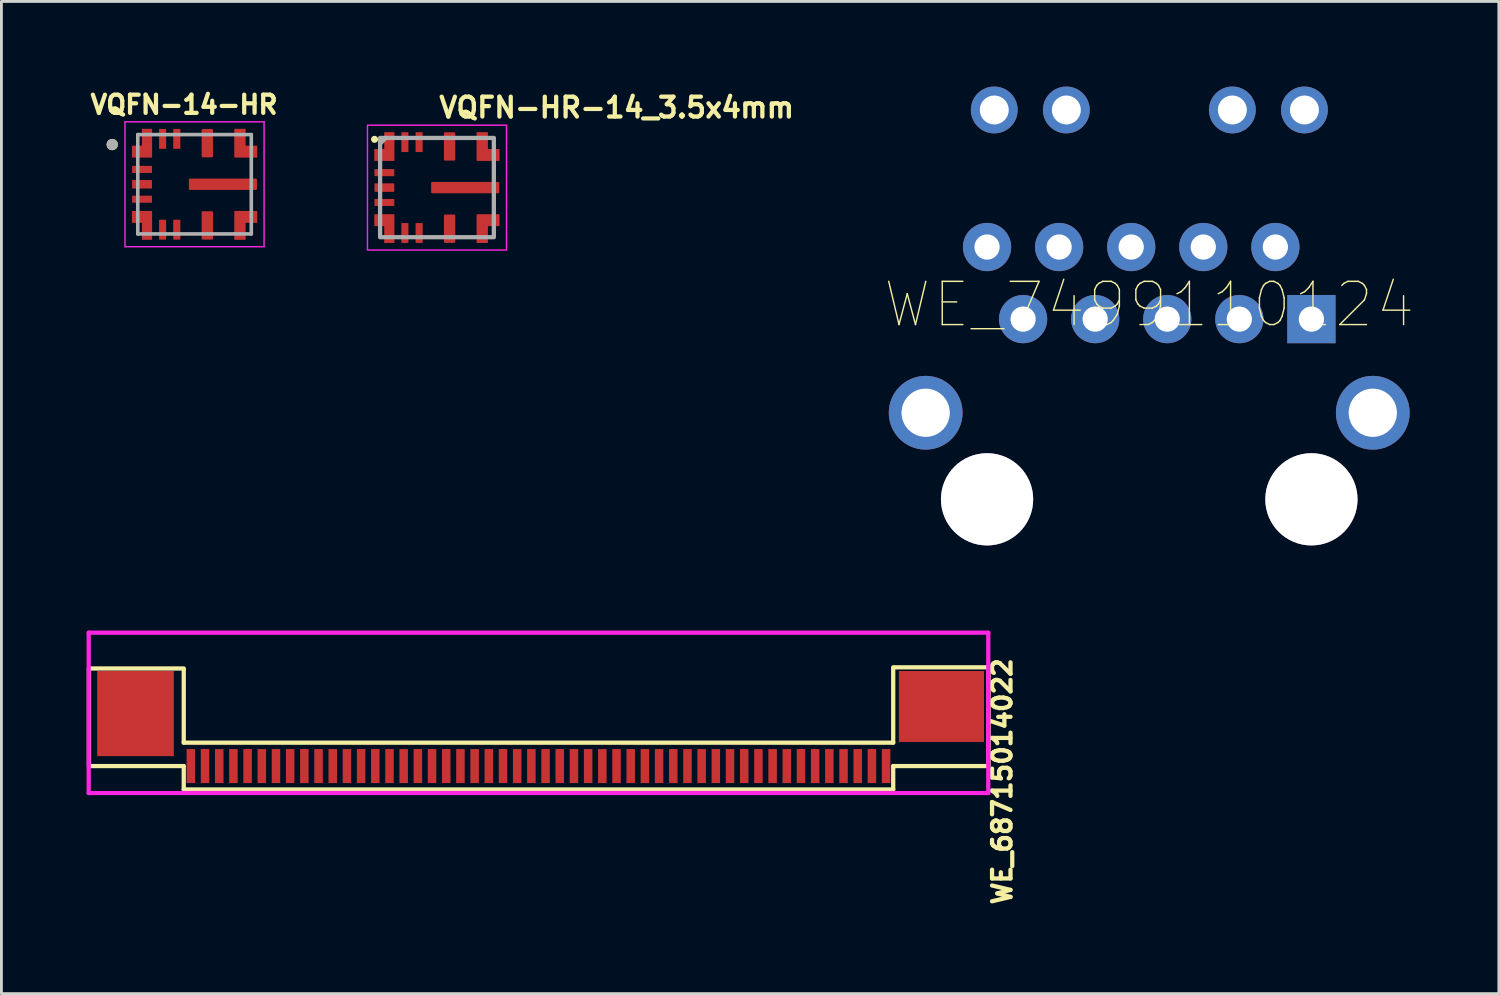
<source format=kicad_pcb>
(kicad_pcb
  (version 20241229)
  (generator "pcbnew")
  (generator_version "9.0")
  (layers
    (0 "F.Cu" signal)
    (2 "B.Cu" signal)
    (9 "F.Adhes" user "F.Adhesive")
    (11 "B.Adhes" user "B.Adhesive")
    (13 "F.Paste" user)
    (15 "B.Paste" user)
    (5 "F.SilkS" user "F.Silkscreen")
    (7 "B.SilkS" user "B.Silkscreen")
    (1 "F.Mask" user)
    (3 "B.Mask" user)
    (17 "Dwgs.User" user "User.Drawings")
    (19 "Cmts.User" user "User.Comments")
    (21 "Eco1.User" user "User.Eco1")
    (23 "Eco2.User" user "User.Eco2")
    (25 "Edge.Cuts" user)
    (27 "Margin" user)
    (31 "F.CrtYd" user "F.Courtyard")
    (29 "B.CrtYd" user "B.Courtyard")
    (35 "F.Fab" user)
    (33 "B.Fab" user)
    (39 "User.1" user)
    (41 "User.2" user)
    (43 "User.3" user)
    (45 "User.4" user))
  (footprint "VQFN-14-HR"
    (layer "F.Cu")
    (at 3.805 3.444)
    (property "Reference" "VQFN-14-HR" (at -0.368 -2.806 0) (layer "F.SilkS") (effects (font (size 0.64 0.64) (thickness 0.15))))
    (attr smd)
    (fp_circle (center -2.9 -1.4) (end -2.8 -1.4) (stroke (width 0.2) (type solid)) (fill no) (layer "F.SilkS"))
    (fp_rect (start -0.129 -0.124) (end 0.809 0.13) (stroke (width 0.12) (type solid)) (fill yes) (layer "F.Paste"))
    (fp_rect (start 1.181 -0.127) (end 2.119 0.127) (stroke (width 0.12) (type solid)) (fill yes) (layer "F.Paste"))
    (fp_line (start -2.45 -2.2) (end -2.45 2.2) (stroke (width 0.05) (type solid)) (layer "F.CrtYd"))
    (fp_line (start -2.45 2.2) (end 2.45 2.2) (stroke (width 0.05) (type solid)) (layer "F.CrtYd"))
    (fp_line (start 2.45 -2.2) (end -2.45 -2.2) (stroke (width 0.05) (type solid)) (layer "F.CrtYd"))
    (fp_line (start 2.45 2.2) (end 2.45 -2.2) (stroke (width 0.05) (type solid)) (layer "F.CrtYd"))
    (fp_line (start -2 -1.75) (end -2 1.75) (stroke (width 0.127) (type solid)) (layer "F.Fab"))
    (fp_line (start -2 1.75) (end 2 1.75) (stroke (width 0.127) (type solid)) (layer "F.Fab"))
    (fp_line (start 2 -1.75) (end -2 -1.75) (stroke (width 0.127) (type solid)) (layer "F.Fab"))
    (fp_line (start 2 1.75) (end 2 -1.75) (stroke (width 0.127) (type solid)) (layer "F.Fab"))
    (fp_circle (center -2.9 -1.4) (end -2.8 -1.4) (stroke (width 0.2) (type solid)) (fill no) (layer "F.Fab"))
    (pad "1" smd custom (at -1.675 -1.45) (size 0.36 1.01) (layers "F.Cu" "F.Mask" "F.Paste") (options (anchor rect)) (primitives (gr_poly (pts (xy 0.17 0.5) (xy -0.52 0.5) (xy -0.52 0.1) (xy 0.17 0.1)) (width 0.02) (fill yes))))
    (pad "2" smd roundrect (at -1.85 -0.525) (size 0.7 0.25) (layers "F.Cu" "F.Mask" "F.Paste") (roundrect_rratio 0.06))
    (pad "3" smd roundrect (at -1.85 0) (size 0.7 0.3) (layers "F.Cu" "F.Mask" "F.Paste") (roundrect_rratio 0.07))
    (pad "4" smd roundrect (at -1.85 0.525) (size 0.7 0.25) (layers "F.Cu" "F.Mask" "F.Paste") (roundrect_rratio 0.06))
    (pad "5" smd custom (at -1.675 1.45 180) (size 0.36 1.01) (layers "F.Cu" "F.Mask" "F.Paste") (options (anchor rect)) (primitives (gr_poly (pts (xy -0.17 0.5) (xy 0.52 0.5) (xy 0.52 0.1) (xy -0.17 0.1)) (width 0.02) (fill yes))))
    (pad "6" smd roundrect (at -1.125 1.6 90) (size 0.7 0.25) (layers "F.Cu" "F.Mask" "F.Paste") (roundrect_rratio 0.06))
    (pad "7" smd roundrect (at -0.625 1.6 90) (size 0.7 0.25) (layers "F.Cu" "F.Mask" "F.Paste") (roundrect_rratio 0.06))
    (pad "8" smd roundrect (at 0.45 1.45 90) (size 1 0.4) (layers "F.Cu" "F.Mask" "F.Paste") (roundrect_rratio 0.1))
    (pad "9" smd custom (at 1.6 1.45 180) (size 0.4 1.01) (layers "F.Cu" "F.Mask" "F.Paste") (options (anchor rect)) (primitives (gr_poly (pts (xy 0.17 0.5) (xy -0.6 0.5) (xy -0.6 0.1) (xy 0.17 0.1)) (width 0.02) (fill yes))))
    (pad "10" smd roundrect (at 1 0) (size 2.4 0.4) (layers "F.Cu" "F.Mask") (roundrect_rratio 0.1))
    (pad "11" smd custom (at 1.6 -1.45) (size 0.4 1.01) (layers "F.Cu" "F.Mask" "F.Paste") (options (anchor rect)) (primitives (gr_poly (pts (xy -0.17 0.5) (xy 0.6 0.5) (xy 0.6 0.1) (xy -0.17 0.1)) (width 0.02) (fill yes))))
    (pad "12" smd roundrect (at 0.45 -1.45 90) (size 1 0.4) (layers "F.Cu" "F.Mask" "F.Paste") (roundrect_rratio 0.1))
    (pad "13" smd roundrect (at -0.625 -1.6 90) (size 0.7 0.25) (layers "F.Cu" "F.Mask" "F.Paste") (roundrect_rratio 0.06))
    (pad "14" smd roundrect (at -1.125 -1.6 90) (size 0.7 0.25) (layers "F.Cu" "F.Mask" "F.Paste") (roundrect_rratio 0.06)))
  (footprint "VQFN-HR-14_3.5x4mm"
    (layer "F.Cu")
    (at 12.349 3.56)
    (property "Reference" "VQFN-HR-14_3.5x4mm" (at 0 -2.41 0) (layer "F.SilkS") (effects (font (size 0.7 0.7) (thickness 0.15)) (justify left bottom)))
    (attr smd)
    (fp_circle (center -2.2 -1.7) (end -2.15 -1.7) (stroke (width 0.15) (type solid)) (fill yes) (layer "F.SilkS"))
    (fp_rect (start -0.136 -0.124) (end 0.804 0.13) (stroke (width 0.12) (type solid)) (fill yes) (layer "F.Paste"))
    (fp_rect (start 1.175 -0.127) (end 2.113 0.125) (stroke (width 0.12) (type solid)) (fill yes) (layer "F.Paste"))
    (fp_rect (start -2.45 -2.2) (end 2.45 2.2) (stroke (width 0.05) (type solid)) (fill no) (layer "F.CrtYd"))
    (fp_line (start -1.805 -1.75) (end -2.005 -1.551) (stroke (width 0.15) (type solid)) (layer "F.Fab"))
    (fp_rect (start 2.003 -1.75) (end -2.005 1.749) (stroke (width 0.15) (type solid)) (fill no) (layer "F.Fab"))
    (fp_rect (start -2.005 -1.75) (end 1.995 1.749) (stroke (width 0.1) (type solid)) (fill no) (layer "User.5"))
    (fp_rect (start 2.003 -1.75) (end -2.005 1.749) (stroke (width 0.1) (type solid)) (fill no) (layer "User.5"))
    (fp_line (start -2.005 -1.75) (end -2.005 1.749) (stroke (width 0.02) (type solid)) (layer "User.9"))
    (fp_line (start -2.005 1.749) (end 1.995 1.749) (stroke (width 0.02) (type solid)) (layer "User.9"))
    (fp_line (start 1.995 -1.75) (end -2.005 -1.75) (stroke (width 0.02) (type solid)) (layer "User.9"))
    (fp_line (start 1.995 1.749) (end 1.995 -1.75) (stroke (width 0.02) (type solid)) (layer "User.9"))
    (pad "1" smd custom (at -1.68 -1.45) (size 0.36 1.01) (layers "F.Cu" "F.Mask" "F.Paste") (options (anchor rect)) (primitives (gr_poly (pts (xy 0.17 0.5) (xy -0.52 0.5) (xy -0.52 0.1) (xy 0.17 0.1)) (width 0.02) (fill yes))))
    (pad "2" smd roundrect (at -1.855 -0.527) (size 0.7 0.25) (layers "F.Cu" "F.Mask" "F.Paste") (roundrect_rratio 0.06))
    (pad "3" smd roundrect (at -1.855 0) (size 0.7 0.3) (layers "F.Cu" "F.Mask" "F.Paste") (roundrect_rratio 0.07))
    (pad "4" smd roundrect (at -1.855 0.525) (size 0.7 0.25) (layers "F.Cu" "F.Mask" "F.Paste") (roundrect_rratio 0.06))
    (pad "5" smd custom (at -1.68 1.449 180) (size 0.36 1.01) (layers "F.Cu" "F.Mask" "F.Paste") (options (anchor rect)) (primitives (gr_poly (pts (xy -0.17 0.5) (xy 0.52 0.5) (xy 0.52 0.1) (xy -0.17 0.1)) (width 0.02) (fill yes))))
    (pad "6" smd roundrect (at -1.131 1.6 90) (size 0.7 0.25) (layers "F.Cu" "F.Mask" "F.Paste") (roundrect_rratio 0.06))
    (pad "7" smd roundrect (at -0.63 1.6 90) (size 0.7 0.25) (layers "F.Cu" "F.Mask" "F.Paste") (roundrect_rratio 0.06))
    (pad "8" smd roundrect (at 0.444 1.449 90) (size 1 0.4) (layers "F.Cu" "F.Mask" "F.Paste") (roundrect_rratio 0.1))
    (pad "9" smd custom (at 1.594 1.449 180) (size 0.4 1.01) (layers "F.Cu" "F.Mask" "F.Paste") (options (anchor rect)) (primitives (gr_poly (pts (xy 0.17 0.5) (xy -0.6 0.5) (xy -0.6 0.1) (xy 0.17 0.1)) (width 0.02) (fill yes))))
    (pad "10" smd roundrect (at 0.994 0) (size 2.4 0.4) (layers "F.Cu" "F.Mask") (roundrect_rratio 0.1))
    (pad "11" smd custom (at 1.594 -1.45) (size 0.4 1.01) (layers "F.Cu" "F.Mask" "F.Paste") (options (anchor rect)) (primitives (gr_poly (pts (xy -0.17 0.5) (xy 0.6 0.5) (xy 0.6 0.1) (xy -0.17 0.1)) (width 0.02) (fill yes))))
    (pad "12" smd roundrect (at 0.444 -1.45 90) (size 1 0.4) (layers "F.Cu" "F.Mask" "F.Paste") (roundrect_rratio 0.1))
    (pad "13" smd roundrect (at -0.63 -1.601 90) (size 0.7 0.25) (layers "F.Cu" "F.Mask" "F.Paste") (roundrect_rratio 0.06))
    (pad "14" smd roundrect (at -1.131 -1.601 90) (size 0.7 0.25) (layers "F.Cu" "F.Mask" "F.Paste") (roundrect_rratio 0.06)))
  (footprint "WE_7499110124"
    (layer "F.Cu")
    (at 37.447 7.685)
    (property "Reference" "WE_7499110124" (at 0 0 0) (layer "F.SilkS") (effects (font (size 1.524 1.524) (thickness 0.05))))
    (attr through_hole)
    (pad "" thru_hole circle (at -5.715 6.86 180) (size 3.25 3.25) (drill 3.25) (layers "*.Cu" "*.Mask"))
    (pad "" thru_hole circle (at 5.715 6.86 180) (size 3.25 3.25) (drill 3.25) (layers "*.Cu" "*.Mask"))
    (pad "1" thru_hole rect (at 5.715 0.51 180) (size 1.7 1.7) (drill 0.89) (layers "*.Cu" "*.Mask"))
    (pad "2" thru_hole circle (at 4.445 -2.03 180) (size 1.7 1.7) (drill 0.89) (layers "*.Cu" "*.Mask"))
    (pad "3" thru_hole circle (at 3.175 0.51 180) (size 1.7 1.7) (drill 0.89) (layers "*.Cu" "*.Mask"))
    (pad "4" thru_hole circle (at 1.905 -2.03 180) (size 1.7 1.7) (drill 0.89) (layers "*.Cu" "*.Mask"))
    (pad "5" thru_hole circle (at 0.635 0.51 270) (size 1.7 1.7) (drill 0.89) (layers "*.Cu" "*.Mask"))
    (pad "6" thru_hole circle (at -0.635 -2.03 180) (size 1.7 1.7) (drill 0.89) (layers "*.Cu" "*.Mask"))
    (pad "7" thru_hole circle (at -1.905 0.51 180) (size 1.7 1.7) (drill 0.89) (layers "*.Cu" "*.Mask"))
    (pad "8" thru_hole circle (at -3.175 -2.03 180) (size 1.7 1.7) (drill 0.89) (layers "*.Cu" "*.Mask"))
    (pad "9" thru_hole circle (at -4.445 0.51 180) (size 1.7 1.7) (drill 0.89) (layers "*.Cu" "*.Mask"))
    (pad "10" thru_hole circle (at -5.715 -2.03 180) (size 1.7 1.7) (drill 0.89) (layers "*.Cu" "*.Mask"))
    (pad "11" thru_hole circle (at 5.469 -6.86 180) (size 1.65 1.65) (drill 1.02) (layers "*.Cu" "*.Mask"))
    (pad "12" thru_hole circle (at 2.929 -6.86 180) (size 1.65 1.65) (drill 1.02) (layers "*.Cu" "*.Mask"))
    (pad "13" thru_hole circle (at -2.921 -6.86 180) (size 1.65 1.65) (drill 1.02) (layers "*.Cu" "*.Mask"))
    (pad "14" thru_hole circle (at -5.461 -6.86 180) (size 1.65 1.65) (drill 1.02) (layers "*.Cu" "*.Mask"))
    (pad "S" thru_hole circle (at -7.878 3.81 180) (size 2.6 2.6) (drill 1.7) (layers "*.Cu" "*.Mask"))
    (pad "S" thru_hole circle (at 7.878 3.81 180) (size 2.6 2.6) (drill 1.7) (layers "*.Cu" "*.Mask")))
  (footprint "WE_68715014022"
    (layer "F.Cu")
    (at 16.565 23.285)
    (property "Reference" "WE_68715014022" (at 15.7 1.2 270) (layer "F.SilkS") (effects (font (size 0.65 0.65) (thickness 0.15))))
    (attr smd)
    (fp_line (start -16.48 -2.78) (end -16.48 0.66) (stroke (width 0.15) (type solid)) (layer "F.SilkS"))
    (fp_line (start -16.45 0.66) (end -13.14 0.66) (stroke (width 0.15) (type solid)) (layer "F.SilkS"))
    (fp_line (start -13.14 -2.78) (end -16.48 -2.78) (stroke (width 0.15) (type solid)) (layer "F.SilkS"))
    (fp_line (start -13.14 -0.165) (end -13.14 -2.75) (stroke (width 0.15) (type solid)) (layer "F.SilkS"))
    (fp_line (start -13.14 0.66) (end -13.14 1.485) (stroke (width 0.15) (type solid)) (layer "F.SilkS"))
    (fp_line (start 11.86 -0.165) (end -13.14 -0.165) (stroke (width 0.15) (type solid)) (layer "F.SilkS"))
    (fp_line (start 11.86 -0.165) (end 11.86 -2.82) (stroke (width 0.15) (type solid)) (layer "F.SilkS"))
    (fp_line (start 11.86 0.66) (end 11.86 1.485) (stroke (width 0.15) (type solid)) (layer "F.SilkS"))
    (fp_line (start 11.86 1.485) (end -13.14 1.485) (stroke (width 0.15) (type solid)) (layer "F.SilkS"))
    (fp_line (start 11.92 -2.82) (end 15.2 -2.82) (stroke (width 0.15) (type solid)) (layer "F.SilkS"))
    (fp_line (start 15.19 0.66) (end 11.86 0.66) (stroke (width 0.15) (type solid)) (layer "F.SilkS"))
    (fp_line (start 15.22 -2.79) (end 15.22 0.66) (stroke (width 0.15) (type solid)) (layer "F.SilkS"))
    (fp_line (start -16.49 -4.04) (end -16.49 1.61) (stroke (width 0.15) (type solid)) (layer "F.CrtYd"))
    (fp_line (start -16.49 1.61) (end 15.21 1.61) (stroke (width 0.15) (type solid)) (layer "F.CrtYd"))
    (fp_line (start 15.21 -4.04) (end -16.49 -4.04) (stroke (width 0.15) (type solid)) (layer "F.CrtYd"))
    (fp_line (start 15.21 1.61) (end 15.21 -4.04) (stroke (width 0.15) (type solid)) (layer "F.CrtYd"))
    (pad "1" smd rect (at -12.89 0.66 180) (size 0.3 1.2) (layers "F.Cu" "F.Mask" "F.Paste"))
    (pad "2" smd rect (at -12.39 0.66 180) (size 0.3 1.2) (layers "F.Cu" "F.Mask" "F.Paste"))
    (pad "3" smd rect (at -11.89 0.66 180) (size 0.3 1.2) (layers "F.Cu" "F.Mask" "F.Paste"))
    (pad "4" smd rect (at -11.39 0.66 180) (size 0.3 1.2) (layers "F.Cu" "F.Mask" "F.Paste"))
    (pad "5" smd rect (at -10.89 0.66 180) (size 0.3 1.2) (layers "F.Cu" "F.Mask" "F.Paste"))
    (pad "6" smd rect (at -10.39 0.66 180) (size 0.3 1.2) (layers "F.Cu" "F.Mask" "F.Paste"))
    (pad "7" smd rect (at -9.89 0.66 180) (size 0.3 1.2) (layers "F.Cu" "F.Mask" "F.Paste"))
    (pad "8" smd rect (at -9.39 0.66 180) (size 0.3 1.2) (layers "F.Cu" "F.Mask" "F.Paste"))
    (pad "9" smd rect (at -8.89 0.66 180) (size 0.3 1.2) (layers "F.Cu" "F.Mask" "F.Paste"))
    (pad "10" smd rect (at -8.39 0.66 180) (size 0.3 1.2) (layers "F.Cu" "F.Mask" "F.Paste"))
    (pad "11" smd rect (at -7.89 0.66 180) (size 0.3 1.2) (layers "F.Cu" "F.Mask" "F.Paste"))
    (pad "12" smd rect (at -7.39 0.66 180) (size 0.3 1.2) (layers "F.Cu" "F.Mask" "F.Paste"))
    (pad "13" smd rect (at -6.89 0.66 180) (size 0.3 1.2) (layers "F.Cu" "F.Mask" "F.Paste"))
    (pad "14" smd rect (at -6.39 0.66 180) (size 0.3 1.2) (layers "F.Cu" "F.Mask" "F.Paste"))
    (pad "15" smd rect (at -5.89 0.66 180) (size 0.3 1.2) (layers "F.Cu" "F.Mask" "F.Paste"))
    (pad "16" smd rect (at -5.39 0.66 180) (size 0.3 1.2) (layers "F.Cu" "F.Mask" "F.Paste"))
    (pad "17" smd rect (at -4.89 0.66 180) (size 0.3 1.2) (layers "F.Cu" "F.Mask" "F.Paste"))
    (pad "18" smd rect (at -4.39 0.66 180) (size 0.3 1.2) (layers "F.Cu" "F.Mask" "F.Paste"))
    (pad "19" smd rect (at -3.89 0.66 180) (size 0.3 1.2) (layers "F.Cu" "F.Mask" "F.Paste"))
    (pad "20" smd rect (at -3.39 0.66 180) (size 0.3 1.2) (layers "F.Cu" "F.Mask" "F.Paste"))
    (pad "21" smd rect (at -2.89 0.66 180) (size 0.3 1.2) (layers "F.Cu" "F.Mask" "F.Paste"))
    (pad "22" smd rect (at -2.39 0.66 180) (size 0.3 1.2) (layers "F.Cu" "F.Mask" "F.Paste"))
    (pad "23" smd rect (at -1.89 0.66 180) (size 0.3 1.2) (layers "F.Cu" "F.Mask" "F.Paste"))
    (pad "24" smd rect (at -1.39 0.66 180) (size 0.3 1.2) (layers "F.Cu" "F.Mask" "F.Paste"))
    (pad "25" smd rect (at -0.89 0.66 180) (size 0.3 1.2) (layers "F.Cu" "F.Mask" "F.Paste"))
    (pad "26" smd rect (at -0.39 0.66 180) (size 0.3 1.2) (layers "F.Cu" "F.Mask" "F.Paste"))
    (pad "27" smd rect (at 0.11 0.66 180) (size 0.3 1.2) (layers "F.Cu" "F.Mask" "F.Paste"))
    (pad "28" smd rect (at 0.61 0.66 180) (size 0.3 1.2) (layers "F.Cu" "F.Mask" "F.Paste"))
    (pad "29" smd rect (at 1.11 0.66 180) (size 0.3 1.2) (layers "F.Cu" "F.Mask" "F.Paste"))
    (pad "30" smd rect (at 1.61 0.66 180) (size 0.3 1.2) (layers "F.Cu" "F.Mask" "F.Paste"))
    (pad "31" smd rect (at 2.11 0.66 180) (size 0.3 1.2) (layers "F.Cu" "F.Mask" "F.Paste"))
    (pad "32" smd rect (at 2.61 0.66 180) (size 0.3 1.2) (layers "F.Cu" "F.Mask" "F.Paste"))
    (pad "33" smd rect (at 3.11 0.66 180) (size 0.3 1.2) (layers "F.Cu" "F.Mask" "F.Paste"))
    (pad "34" smd rect (at 3.61 0.66 180) (size 0.3 1.2) (layers "F.Cu" "F.Mask" "F.Paste"))
    (pad "35" smd rect (at 4.11 0.66 180) (size 0.3 1.2) (layers "F.Cu" "F.Mask" "F.Paste"))
    (pad "36" smd rect (at 4.61 0.66 180) (size 0.3 1.2) (layers "F.Cu" "F.Mask" "F.Paste"))
    (pad "37" smd rect (at 5.11 0.66 180) (size 0.3 1.2) (layers "F.Cu" "F.Mask" "F.Paste"))
    (pad "38" smd rect (at 5.61 0.66 180) (size 0.3 1.2) (layers "F.Cu" "F.Mask" "F.Paste"))
    (pad "39" smd rect (at 6.11 0.66 180) (size 0.3 1.2) (layers "F.Cu" "F.Mask" "F.Paste"))
    (pad "40" smd rect (at 6.61 0.66 180) (size 0.3 1.2) (layers "F.Cu" "F.Mask" "F.Paste"))
    (pad "41" smd rect (at 7.11 0.66 180) (size 0.3 1.2) (layers "F.Cu" "F.Mask" "F.Paste"))
    (pad "42" smd rect (at 7.61 0.66 180) (size 0.3 1.2) (layers "F.Cu" "F.Mask" "F.Paste"))
    (pad "43" smd rect (at 8.11 0.66 180) (size 0.3 1.2) (layers "F.Cu" "F.Mask" "F.Paste"))
    (pad "44" smd rect (at 8.61 0.66 180) (size 0.3 1.2) (layers "F.Cu" "F.Mask" "F.Paste"))
    (pad "45" smd rect (at 9.11 0.66 180) (size 0.3 1.2) (layers "F.Cu" "F.Mask" "F.Paste"))
    (pad "46" smd rect (at 9.61 0.66 180) (size 0.3 1.2) (layers "F.Cu" "F.Mask" "F.Paste"))
    (pad "47" smd rect (at 10.11 0.66 180) (size 0.3 1.2) (layers "F.Cu" "F.Mask" "F.Paste"))
    (pad "48" smd rect (at 10.61 0.66 180) (size 0.3 1.2) (layers "F.Cu" "F.Mask" "F.Paste"))
    (pad "49" smd rect (at 11.11 0.66 180) (size 0.3 1.2) (layers "F.Cu" "F.Mask" "F.Paste"))
    (pad "50" smd rect (at 11.61 0.66 180) (size 0.3 1.2) (layers "F.Cu" "F.Mask" "F.Paste"))
    (pad "~" smd rect (at -14.84 -1.19 180) (size 2.7 3) (layers "F.Cu" "F.Mask" "F.Paste"))
    (pad "~" smd rect (at 13.56 -1.44 180) (size 3 2.5) (layers "F.Cu" "F.Mask" "F.Paste")))
  (gr_rect
    (start -3 -3)
    (end 49.767 31.963)
    (stroke (width 0.1) (type default))
    (fill no)
    (layer "Edge.Cuts")))
</source>
